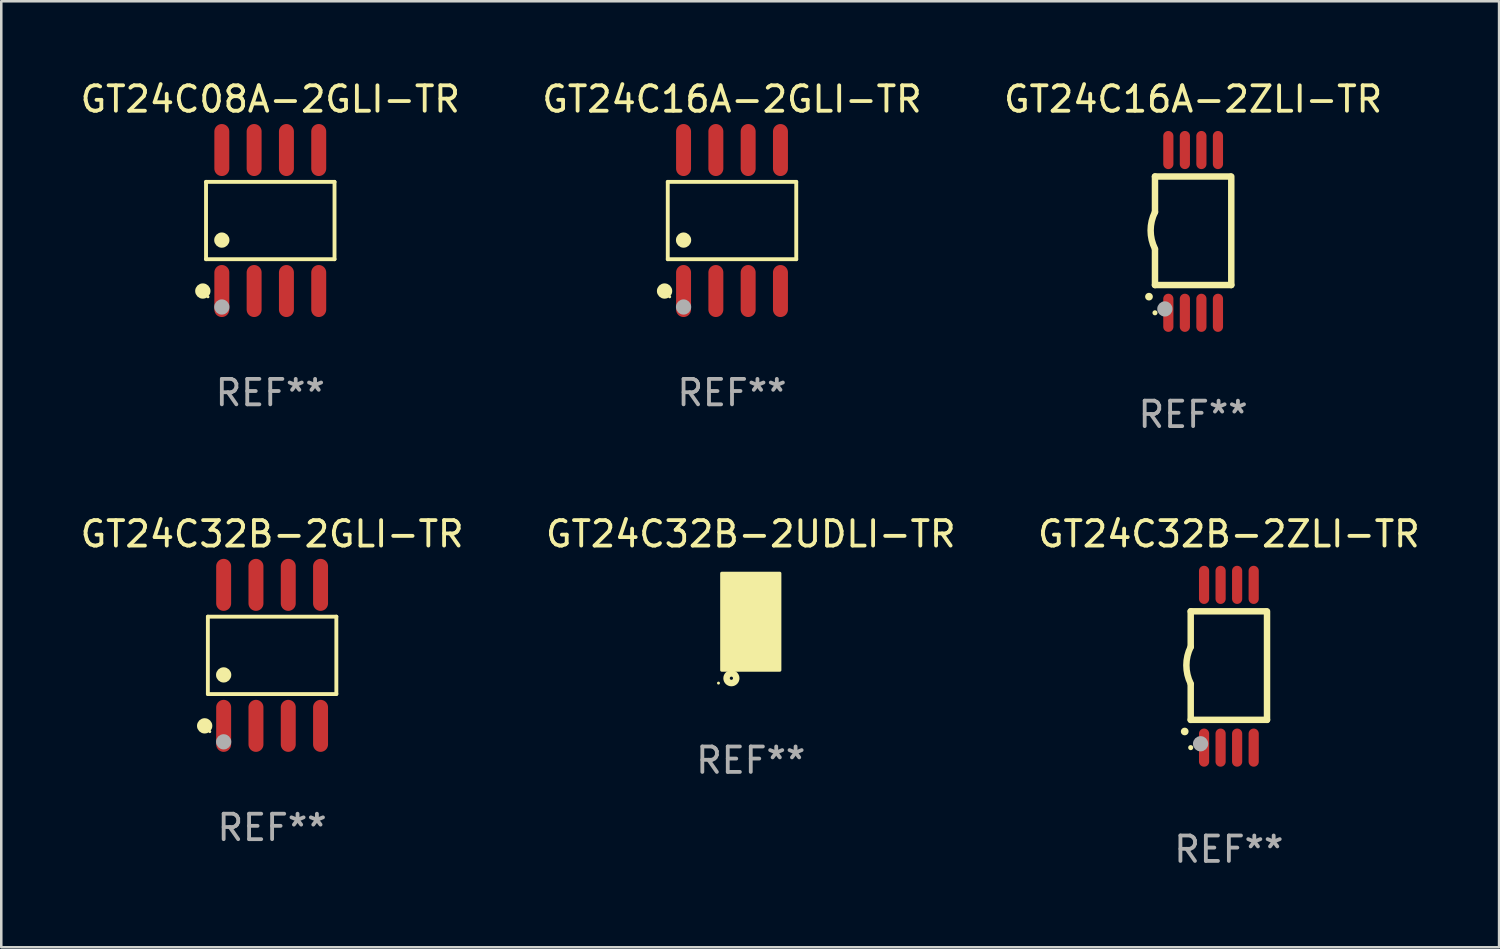
<source format=kicad_pcb>
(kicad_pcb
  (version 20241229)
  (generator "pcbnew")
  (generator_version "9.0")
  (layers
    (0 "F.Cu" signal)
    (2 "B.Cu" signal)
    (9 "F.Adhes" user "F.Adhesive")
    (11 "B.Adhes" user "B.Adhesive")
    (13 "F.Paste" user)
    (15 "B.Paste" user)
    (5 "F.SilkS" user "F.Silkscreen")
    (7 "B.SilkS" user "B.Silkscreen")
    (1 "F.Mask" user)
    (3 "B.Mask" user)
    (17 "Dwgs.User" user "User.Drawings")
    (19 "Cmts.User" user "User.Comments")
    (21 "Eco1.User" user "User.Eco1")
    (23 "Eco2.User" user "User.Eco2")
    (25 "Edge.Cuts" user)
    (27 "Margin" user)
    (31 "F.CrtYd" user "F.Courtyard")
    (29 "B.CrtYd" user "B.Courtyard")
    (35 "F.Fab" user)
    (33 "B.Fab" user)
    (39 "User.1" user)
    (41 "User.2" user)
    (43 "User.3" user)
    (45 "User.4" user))
  (footprint "GT24C32B-2ZLI-TR"
    (layer "F.Cu")
    (at 45.268 23.146)
    (property "Reference" "GT24C32B-2ZLI-TR" (at 0 -5.2 0) (layer "F.SilkS") (effects (font (size 1 1) (thickness 0.15))))
    (attr through_hole)
    (fp_line (start -1.5 -0.762) (end -1.5 -2.159) (stroke (width 0.254) (type solid)) (layer "F.SilkS"))
    (fp_line (start -1.5 2.108) (end -1.5 0.711) (stroke (width 0.254) (type solid)) (layer "F.SilkS"))
    (fp_line (start -1.5 2.108) (end 1.5 2.108) (stroke (width 0.254) (type solid)) (layer "F.SilkS"))
    (fp_line (start 1.463 -2.159) (end -1.5 -2.159) (stroke (width 0.254) (type solid)) (layer "F.SilkS"))
    (fp_line (start 1.5 2.108) (end 1.5 -2.159) (stroke (width 0.254) (type solid)) (layer "F.SilkS"))
    (fp_arc (start -1.737287 2.565405) (mid -1.736017 2.5654) (end -1.734747 2.565405) (stroke (width 0.3) (type solid)) (layer "F.SilkS"))
    (fp_arc (start -1.500076 0.685801) (mid -1.670966 -0.0381) (end -1.500076 -0.762002) (stroke (width 0.254001) (type solid)) (layer "F.SilkS"))
    (fp_circle (center -1.5 3.2) (end -1.45 3.2) (stroke (width 0.1) (type solid)) (fill no) (layer "F.SilkS"))
    (fp_circle (center -1.112 3.048) (end -0.962 3.048) (stroke (width 0.3) (type solid)) (fill no) (layer "F.Fab"))
    (fp_text user "REF**" (at 0 7.2 0) (layer "F.Fab") (effects (font (size 1 1) (thickness 0.15))))
    (pad "1" smd oval (at -0.975 3.2 180) (size 0.4 1.5) (layers "F.Cu" "F.Mask" "F.Paste"))
    (pad "2" smd oval (at -0.325 3.2 180) (size 0.4 1.5) (layers "F.Cu" "F.Mask" "F.Paste"))
    (pad "3" smd oval (at 0.325 3.2 180) (size 0.4 1.5) (layers "F.Cu" "F.Mask" "F.Paste"))
    (pad "4" smd oval (at 0.976 3.2 180) (size 0.4 1.5) (layers "F.Cu" "F.Mask" "F.Paste"))
    (pad "5" smd oval (at 0.976 -3.2 180) (size 0.4 1.5) (layers "F.Cu" "F.Mask" "F.Paste"))
    (pad "6" smd oval (at 0.325 -3.2 180) (size 0.4 1.5) (layers "F.Cu" "F.Mask" "F.Paste"))
    (pad "7" smd oval (at -0.325 -3.2 180) (size 0.4 1.5) (layers "F.Cu" "F.Mask" "F.Paste"))
    (pad "8" smd oval (at -0.975 -3.2 180) (size 0.4 1.5) (layers "F.Cu" "F.Mask" "F.Paste")))
  (footprint "GT24C16A-2GLI-TR"
    (layer "F.Cu")
    (at 25.732 5.621)
    (property "Reference" "GT24C16A-2GLI-TR" (at 0 -4.772 0) (layer "F.SilkS") (effects (font (size 1 1) (thickness 0.15))))
    (attr through_hole)
    (fp_line (start -2.526 -1.521) (end 2.526 -1.521) (stroke (width 0.152) (type solid)) (layer "F.SilkS"))
    (fp_line (start -2.526 1.521) (end -2.526 -1.521) (stroke (width 0.152) (type solid)) (layer "F.SilkS"))
    (fp_line (start 2.526 -1.521) (end 2.526 1.521) (stroke (width 0.152) (type solid)) (layer "F.SilkS"))
    (fp_line (start 2.526 1.521) (end -2.526 1.521) (stroke (width 0.152) (type solid)) (layer "F.SilkS"))
    (fp_circle (center -2.652 2.772) (end -2.501 2.772) (stroke (width 0.3) (type solid)) (fill no) (layer "F.SilkS"))
    (fp_circle (center -2.45 3) (end -2.42 3) (stroke (width 0.06) (type solid)) (fill no) (layer "F.SilkS"))
    (fp_circle (center -1.905 0.769) (end -1.755 0.769) (stroke (width 0.3) (type solid)) (fill no) (layer "F.SilkS"))
    (fp_circle (center -1.905 3.4) (end -1.755 3.4) (stroke (width 0.3) (type solid)) (fill no) (layer "F.Fab"))
    (fp_text user "REF**" (at 0 6.772 0) (layer "F.Fab") (effects (font (size 1 1) (thickness 0.15))))
    (pad "1" smd oval (at -1.905 2.772) (size 0.588 2.045) (layers "F.Cu" "F.Mask" "F.Paste"))
    (pad "2" smd oval (at -0.635 2.772) (size 0.588 2.045) (layers "F.Cu" "F.Mask" "F.Paste"))
    (pad "3" smd oval (at 0.635 2.772) (size 0.588 2.045) (layers "F.Cu" "F.Mask" "F.Paste"))
    (pad "4" smd oval (at 1.905 2.772) (size 0.588 2.045) (layers "F.Cu" "F.Mask" "F.Paste"))
    (pad "5" smd oval (at 1.905 -2.772) (size 0.588 2.045) (layers "F.Cu" "F.Mask" "F.Paste"))
    (pad "6" smd oval (at 0.635 -2.772) (size 0.588 2.045) (layers "F.Cu" "F.Mask" "F.Paste"))
    (pad "7" smd oval (at -0.635 -2.772) (size 0.588 2.045) (layers "F.Cu" "F.Mask" "F.Paste"))
    (pad "8" smd oval (at -1.905 -2.772) (size 0.588 2.045) (layers "F.Cu" "F.Mask" "F.Paste")))
  (footprint "GT24C16A-2ZLI-TR"
    (layer "F.Cu")
    (at 43.863 6.049)
    (property "Reference" "GT24C16A-2ZLI-TR" (at 0 -5.2 0) (layer "F.SilkS") (effects (font (size 1 1) (thickness 0.15))))
    (attr through_hole)
    (fp_line (start -1.5 -0.762) (end -1.5 -2.159) (stroke (width 0.254) (type solid)) (layer "F.SilkS"))
    (fp_line (start -1.5 2.108) (end -1.5 0.711) (stroke (width 0.254) (type solid)) (layer "F.SilkS"))
    (fp_line (start -1.5 2.108) (end 1.5 2.108) (stroke (width 0.254) (type solid)) (layer "F.SilkS"))
    (fp_line (start 1.463 -2.159) (end -1.5 -2.159) (stroke (width 0.254) (type solid)) (layer "F.SilkS"))
    (fp_line (start 1.5 2.108) (end 1.5 -2.159) (stroke (width 0.254) (type solid)) (layer "F.SilkS"))
    (fp_arc (start -1.737287 2.565405) (mid -1.736017 2.5654) (end -1.734747 2.565405) (stroke (width 0.3) (type solid)) (layer "F.SilkS"))
    (fp_arc (start -1.500076 0.685801) (mid -1.670966 -0.0381) (end -1.500076 -0.762002) (stroke (width 0.254001) (type solid)) (layer "F.SilkS"))
    (fp_circle (center -1.5 3.2) (end -1.45 3.2) (stroke (width 0.1) (type solid)) (fill no) (layer "F.SilkS"))
    (fp_circle (center -1.112 3.048) (end -0.962 3.048) (stroke (width 0.3) (type solid)) (fill no) (layer "F.Fab"))
    (fp_text user "REF**" (at 0 7.2 0) (layer "F.Fab") (effects (font (size 1 1) (thickness 0.15))))
    (pad "1" smd oval (at -0.975 3.2 180) (size 0.4 1.5) (layers "F.Cu" "F.Mask" "F.Paste"))
    (pad "2" smd oval (at -0.325 3.2 180) (size 0.4 1.5) (layers "F.Cu" "F.Mask" "F.Paste"))
    (pad "3" smd oval (at 0.325 3.2 180) (size 0.4 1.5) (layers "F.Cu" "F.Mask" "F.Paste"))
    (pad "4" smd oval (at 0.976 3.2 180) (size 0.4 1.5) (layers "F.Cu" "F.Mask" "F.Paste"))
    (pad "5" smd oval (at 0.976 -3.2 180) (size 0.4 1.5) (layers "F.Cu" "F.Mask" "F.Paste"))
    (pad "6" smd oval (at 0.325 -3.2 180) (size 0.4 1.5) (layers "F.Cu" "F.Mask" "F.Paste"))
    (pad "7" smd oval (at -0.325 -3.2 180) (size 0.4 1.5) (layers "F.Cu" "F.Mask" "F.Paste"))
    (pad "8" smd oval (at -0.975 -3.2 180) (size 0.4 1.5) (layers "F.Cu" "F.Mask" "F.Paste")))
  (footprint "GT24C32B-2GLI-TR"
    (layer "F.Cu")
    (at 7.649 22.718)
    (property "Reference" "GT24C32B-2GLI-TR" (at 0 -4.772 0) (layer "F.SilkS") (effects (font (size 1 1) (thickness 0.15))))
    (attr through_hole)
    (fp_line (start -2.526 -1.521) (end 2.526 -1.521) (stroke (width 0.152) (type solid)) (layer "F.SilkS"))
    (fp_line (start -2.526 1.521) (end -2.526 -1.521) (stroke (width 0.152) (type solid)) (layer "F.SilkS"))
    (fp_line (start 2.526 -1.521) (end 2.526 1.521) (stroke (width 0.152) (type solid)) (layer "F.SilkS"))
    (fp_line (start 2.526 1.521) (end -2.526 1.521) (stroke (width 0.152) (type solid)) (layer "F.SilkS"))
    (fp_circle (center -2.652 2.772) (end -2.501 2.772) (stroke (width 0.3) (type solid)) (fill no) (layer "F.SilkS"))
    (fp_circle (center -2.45 3) (end -2.42 3) (stroke (width 0.06) (type solid)) (fill no) (layer "F.SilkS"))
    (fp_circle (center -1.905 0.769) (end -1.755 0.769) (stroke (width 0.3) (type solid)) (fill no) (layer "F.SilkS"))
    (fp_circle (center -1.905 3.4) (end -1.755 3.4) (stroke (width 0.3) (type solid)) (fill no) (layer "F.Fab"))
    (fp_text user "REF**" (at 0 6.772 0) (layer "F.Fab") (effects (font (size 1 1) (thickness 0.15))))
    (pad "1" smd oval (at -1.905 2.772) (size 0.588 2.045) (layers "F.Cu" "F.Mask" "F.Paste"))
    (pad "2" smd oval (at -0.635 2.772) (size 0.588 2.045) (layers "F.Cu" "F.Mask" "F.Paste"))
    (pad "3" smd oval (at 0.635 2.772) (size 0.588 2.045) (layers "F.Cu" "F.Mask" "F.Paste"))
    (pad "4" smd oval (at 1.905 2.772) (size 0.588 2.045) (layers "F.Cu" "F.Mask" "F.Paste"))
    (pad "5" smd oval (at 1.905 -2.772) (size 0.588 2.045) (layers "F.Cu" "F.Mask" "F.Paste"))
    (pad "6" smd oval (at 0.635 -2.772) (size 0.588 2.045) (layers "F.Cu" "F.Mask" "F.Paste"))
    (pad "7" smd oval (at -0.635 -2.772) (size 0.588 2.045) (layers "F.Cu" "F.Mask" "F.Paste"))
    (pad "8" smd oval (at -1.905 -2.772) (size 0.588 2.045) (layers "F.Cu" "F.Mask" "F.Paste")))
  (footprint "GT24C32B-2UDLI-TR"
    (layer "F.Cu")
    (at 26.47 21.396)
    (property "Reference" "GT24C32B-2UDLI-TR" (at 0 -3.45 0) (layer "F.SilkS") (effects (font (size 1 1) (thickness 0.15))))
    (attr through_hole)
    (fp_circle (center -1.27 2.413) (end -1.24 2.413) (stroke (width 0.06) (type solid)) (fill no) (layer "F.SilkS"))
    (fp_circle (center -0.762 2.222) (end -0.699 2.222) (stroke (width 0.254) (type solid)) (fill no) (layer "F.SilkS"))
    (fp_poly (pts (xy -1.143 -1.905) (xy 1.143 -1.905) (xy 1.143 1.905) (xy -1.143 1.905)) (stroke (width 0.12) (type solid)) (fill yes) (layer "F.SilkS"))
    (fp_text user "REF**" (at 0 5.45 0) (layer "F.Fab") (effects (font (size 1 1) (thickness 0.15))))
    (pad "1" smd rect (at -0.75 1.45) (size 0.25 0.5) (layers "F.Cu" "F.Mask" "F.Paste"))
    (pad "2" smd rect (at -0.25 1.45) (size 0.25 0.5) (layers "F.Cu" "F.Mask" "F.Paste"))
    (pad "3" smd rect (at 0.25 1.45) (size 0.25 0.5) (layers "F.Cu" "F.Mask" "F.Paste"))
    (pad "4" smd rect (at 0.75 1.45) (size 0.25 0.5) (layers "F.Cu" "F.Mask" "F.Paste"))
    (pad "5" smd rect (at 0.75 -1.45) (size 0.25 0.5) (layers "F.Cu" "F.Mask" "F.Paste"))
    (pad "6" smd rect (at 0.25 -1.45) (size 0.25 0.5) (layers "F.Cu" "F.Mask" "F.Paste"))
    (pad "7" smd rect (at -0.25 -1.45) (size 0.25 0.5) (layers "F.Cu" "F.Mask" "F.Paste"))
    (pad "8" smd rect (at -0.75 -1.45) (size 0.25 0.5) (layers "F.Cu" "F.Mask" "F.Paste"))
    (pad "9" smd rect (at 0 -0.000127) (size 1.5 1.6) (layers "F.Cu" "F.Mask" "F.Paste")))
  (footprint "GT24C08A-2GLI-TR"
    (layer "F.Cu")
    (at 7.577 5.621)
    (property "Reference" "GT24C08A-2GLI-TR" (at 0 -4.772 0) (layer "F.SilkS") (effects (font (size 1 1) (thickness 0.15))))
    (attr through_hole)
    (fp_line (start -2.526 -1.521) (end 2.526 -1.521) (stroke (width 0.152) (type solid)) (layer "F.SilkS"))
    (fp_line (start -2.526 1.521) (end -2.526 -1.521) (stroke (width 0.152) (type solid)) (layer "F.SilkS"))
    (fp_line (start 2.526 -1.521) (end 2.526 1.521) (stroke (width 0.152) (type solid)) (layer "F.SilkS"))
    (fp_line (start 2.526 1.521) (end -2.526 1.521) (stroke (width 0.152) (type solid)) (layer "F.SilkS"))
    (fp_circle (center -2.652 2.772) (end -2.501 2.772) (stroke (width 0.3) (type solid)) (fill no) (layer "F.SilkS"))
    (fp_circle (center -2.45 3) (end -2.42 3) (stroke (width 0.06) (type solid)) (fill no) (layer "F.SilkS"))
    (fp_circle (center -1.905 0.769) (end -1.755 0.769) (stroke (width 0.3) (type solid)) (fill no) (layer "F.SilkS"))
    (fp_circle (center -1.905 3.4) (end -1.755 3.4) (stroke (width 0.3) (type solid)) (fill no) (layer "F.Fab"))
    (fp_text user "REF**" (at 0 6.772 0) (layer "F.Fab") (effects (font (size 1 1) (thickness 0.15))))
    (pad "1" smd oval (at -1.905 2.772) (size 0.588 2.045) (layers "F.Cu" "F.Mask" "F.Paste"))
    (pad "2" smd oval (at -0.635 2.772) (size 0.588 2.045) (layers "F.Cu" "F.Mask" "F.Paste"))
    (pad "3" smd oval (at 0.635 2.772) (size 0.588 2.045) (layers "F.Cu" "F.Mask" "F.Paste"))
    (pad "4" smd oval (at 1.905 2.772) (size 0.588 2.045) (layers "F.Cu" "F.Mask" "F.Paste"))
    (pad "5" smd oval (at 1.905 -2.772) (size 0.588 2.045) (layers "F.Cu" "F.Mask" "F.Paste"))
    (pad "6" smd oval (at 0.635 -2.772) (size 0.588 2.045) (layers "F.Cu" "F.Mask" "F.Paste"))
    (pad "7" smd oval (at -0.635 -2.772) (size 0.588 2.045) (layers "F.Cu" "F.Mask" "F.Paste"))
    (pad "8" smd oval (at -1.905 -2.772) (size 0.588 2.045) (layers "F.Cu" "F.Mask" "F.Paste")))
  (gr_rect
    (start -3 -3)
    (end 55.893 34.195)
    (stroke (width 0.1) (type default))
    (fill no)
    (layer "Edge.Cuts")))
</source>
